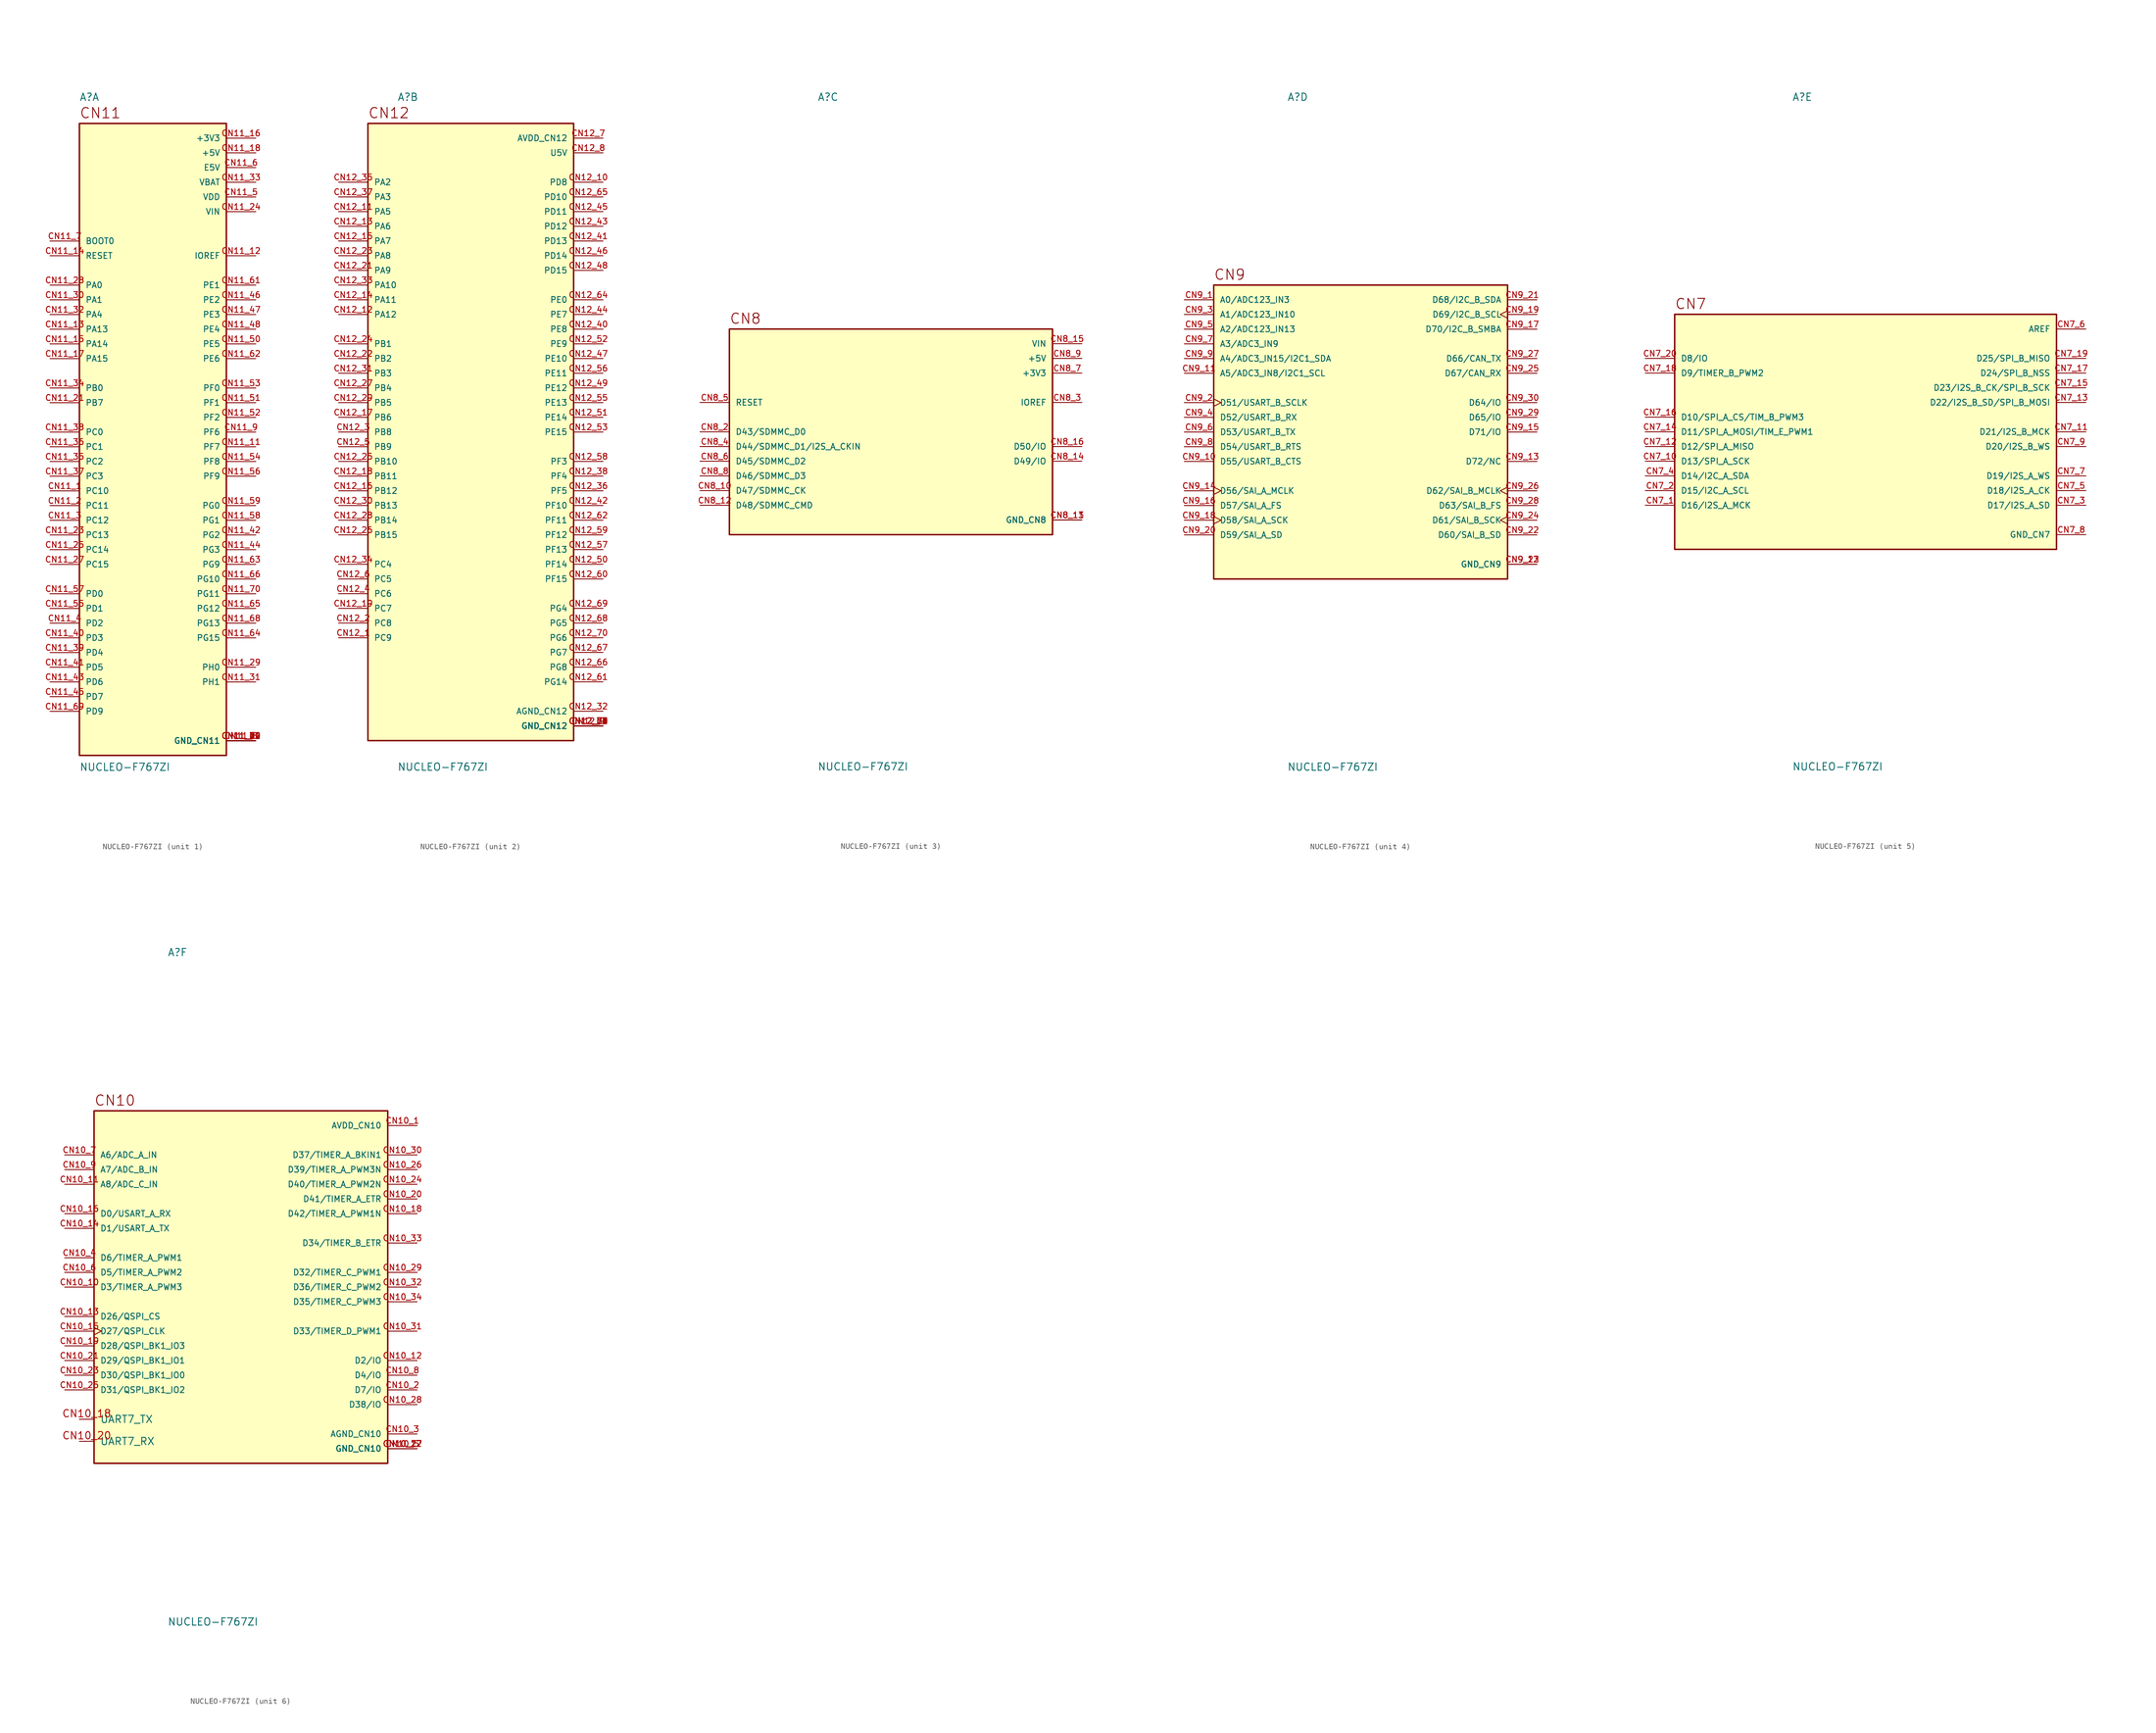
<source format=kicad_sym>
(kicad_symbol_lib
  (version 20220914)
  (generator kicad_symbol_editor)
  (symbol "NUCLEO-F767ZI"
    (pin_names
      (offset 1.016))
    (property "Reference" "A"
      (at -12.7 57.15 0)
      (effects (font (size 1.27 1.27)) (justify left bottom)))
    (property "Value" "NUCLEO-F767ZI"
      (at -12.7 -57.15 0)
      (effects (font (size 1.27 1.27)) (justify left top)))
    (symbol "NUCLEO-F767ZI_1_0"
      (rectangle (start -12.7 53.34) (end 12.7 -55.88) (stroke (width 0.254) (type default)) (fill (type background)))
      (text "CN11" (at -12.7 54.102 0) (effects (font (size 1.778 1.778)) (justify left bottom)))
      (pin bidirectional line (at -17.78 -10.16 0) (length 5.08) (name "PC10" (effects (font (size 1.016 1.016)))) (number "CN11_1" (effects (font (size 1.016 1.016)))))
      (pin bidirectional line (at 17.78 -2.54 180) (length 5.08) (name "PF7" (effects (font (size 1.016 1.016)))) (number "CN11_11" (effects (font (size 1.016 1.016)))))
      (pin bidirectional line (at 17.78 30.48 180) (length 5.08) (name "IOREF" (effects (font (size 1.016 1.016)))) (number "CN11_12" (effects (font (size 1.016 1.016)))))
      (pin bidirectional line (at -17.78 17.78 0) (length 5.08) (name "PA13" (effects (font (size 1.016 1.016)))) (number "CN11_13" (effects (font (size 1.016 1.016)))))
      (pin bidirectional line (at -17.78 30.48 0) (length 5.08) (name "RESET" (effects (font (size 1.016 1.016)))) (number "CN11_14" (effects (font (size 1.016 1.016)))))
      (pin bidirectional line (at -17.78 15.24 0) (length 5.08) (name "PA14" (effects (font (size 1.016 1.016)))) (number "CN11_15" (effects (font (size 1.016 1.016)))))
      (pin power_in line (at 17.78 50.8 180) (length 5.08) (name "+3V3" (effects (font (size 1.016 1.016)))) (number "CN11_16" (effects (font (size 1.016 1.016)))))
      (pin bidirectional line (at -17.78 12.7 0) (length 5.08) (name "PA15" (effects (font (size 1.016 1.016)))) (number "CN11_17" (effects (font (size 1.016 1.016)))))
      (pin power_in line (at 17.78 48.26 180) (length 5.08) (name "+5V" (effects (font (size 1.016 1.016)))) (number "CN11_18" (effects (font (size 1.016 1.016)))))
      (pin power_in line (at 17.78 -53.34 180) (length 5.08) (name "GND_CN11" (effects (font (size 1.016 1.016)))) (number "CN11_19" (effects (font (size 1.016 1.016)))))
      (pin bidirectional line (at -17.78 -12.7 0) (length 5.08) (name "PC11" (effects (font (size 1.016 1.016)))) (number "CN11_2" (effects (font (size 1.016 1.016)))))
      (pin power_in line (at 17.78 -53.34 180) (length 5.08) (name "GND_CN11" (effects (font (size 1.016 1.016)))) (number "CN11_20" (effects (font (size 1.016 1.016)))))
      (pin bidirectional line (at -17.78 5.08 0) (length 5.08) (name "PB7" (effects (font (size 1.016 1.016)))) (number "CN11_21" (effects (font (size 1.016 1.016)))))
      (pin power_in line (at 17.78 -53.34 180) (length 5.08) (name "GND_CN11" (effects (font (size 1.016 1.016)))) (number "CN11_22" (effects (font (size 1.016 1.016)))))
      (pin bidirectional line (at -17.78 -17.78 0) (length 5.08) (name "PC13" (effects (font (size 1.016 1.016)))) (number "CN11_23" (effects (font (size 1.016 1.016)))))
      (pin power_in line (at 17.78 38.1 180) (length 5.08) (name "VIN" (effects (font (size 1.016 1.016)))) (number "CN11_24" (effects (font (size 1.016 1.016)))))
      (pin bidirectional line (at -17.78 -20.32 0) (length 5.08) (name "PC14" (effects (font (size 1.016 1.016)))) (number "CN11_25" (effects (font (size 1.016 1.016)))))
      (pin bidirectional line (at -17.78 -22.86 0) (length 5.08) (name "PC15" (effects (font (size 1.016 1.016)))) (number "CN11_27" (effects (font (size 1.016 1.016)))))
      (pin bidirectional line (at -17.78 25.4 0) (length 5.08) (name "PA0" (effects (font (size 1.016 1.016)))) (number "CN11_28" (effects (font (size 1.016 1.016)))))
      (pin bidirectional line (at 17.78 -40.64 180) (length 5.08) (name "PH0" (effects (font (size 1.016 1.016)))) (number "CN11_29" (effects (font (size 1.016 1.016)))))
      (pin bidirectional line (at -17.78 -15.24 0) (length 5.08) (name "PC12" (effects (font (size 1.016 1.016)))) (number "CN11_3" (effects (font (size 1.016 1.016)))))
      (pin bidirectional line (at -17.78 22.86 0) (length 5.08) (name "PA1" (effects (font (size 1.016 1.016)))) (number "CN11_30" (effects (font (size 1.016 1.016)))))
      (pin bidirectional line (at 17.78 -43.18 180) (length 5.08) (name "PH1" (effects (font (size 1.016 1.016)))) (number "CN11_31" (effects (font (size 1.016 1.016)))))
      (pin bidirectional line (at -17.78 20.32 0) (length 5.08) (name "PA4" (effects (font (size 1.016 1.016)))) (number "CN11_32" (effects (font (size 1.016 1.016)))))
      (pin power_in line (at 17.78 43.18 180) (length 5.08) (name "VBAT" (effects (font (size 1.016 1.016)))) (number "CN11_33" (effects (font (size 1.016 1.016)))))
      (pin bidirectional line (at -17.78 7.62 0) (length 5.08) (name "PB0" (effects (font (size 1.016 1.016)))) (number "CN11_34" (effects (font (size 1.016 1.016)))))
      (pin bidirectional line (at -17.78 -5.08 0) (length 5.08) (name "PC2" (effects (font (size 1.016 1.016)))) (number "CN11_35" (effects (font (size 1.016 1.016)))))
      (pin bidirectional line (at -17.78 -2.54 0) (length 5.08) (name "PC1" (effects (font (size 1.016 1.016)))) (number "CN11_36" (effects (font (size 1.016 1.016)))))
      (pin bidirectional line (at -17.78 -7.62 0) (length 5.08) (name "PC3" (effects (font (size 1.016 1.016)))) (number "CN11_37" (effects (font (size 1.016 1.016)))))
      (pin bidirectional line (at -17.78 0 0) (length 5.08) (name "PC0" (effects (font (size 1.016 1.016)))) (number "CN11_38" (effects (font (size 1.016 1.016)))))
      (pin bidirectional line (at -17.78 -38.1 0) (length 5.08) (name "PD4" (effects (font (size 1.016 1.016)))) (number "CN11_39" (effects (font (size 1.016 1.016)))))
      (pin bidirectional line (at -17.78 -33.02 0) (length 5.08) (name "PD2" (effects (font (size 1.016 1.016)))) (number "CN11_4" (effects (font (size 1.016 1.016)))))
      (pin bidirectional line (at -17.78 -35.56 0) (length 5.08) (name "PD3" (effects (font (size 1.016 1.016)))) (number "CN11_40" (effects (font (size 1.016 1.016)))))
      (pin bidirectional line (at -17.78 -40.64 0) (length 5.08) (name "PD5" (effects (font (size 1.016 1.016)))) (number "CN11_41" (effects (font (size 1.016 1.016)))))
      (pin bidirectional line (at 17.78 -17.78 180) (length 5.08) (name "PG2" (effects (font (size 1.016 1.016)))) (number "CN11_42" (effects (font (size 1.016 1.016)))))
      (pin bidirectional line (at -17.78 -43.18 0) (length 5.08) (name "PD6" (effects (font (size 1.016 1.016)))) (number "CN11_43" (effects (font (size 1.016 1.016)))))
      (pin bidirectional line (at 17.78 -20.32 180) (length 5.08) (name "PG3" (effects (font (size 1.016 1.016)))) (number "CN11_44" (effects (font (size 1.016 1.016)))))
      (pin bidirectional line (at -17.78 -45.72 0) (length 5.08) (name "PD7" (effects (font (size 1.016 1.016)))) (number "CN11_45" (effects (font (size 1.016 1.016)))))
      (pin bidirectional line (at 17.78 22.86 180) (length 5.08) (name "PE2" (effects (font (size 1.016 1.016)))) (number "CN11_46" (effects (font (size 1.016 1.016)))))
      (pin bidirectional line (at 17.78 20.32 180) (length 5.08) (name "PE3" (effects (font (size 1.016 1.016)))) (number "CN11_47" (effects (font (size 1.016 1.016)))))
      (pin bidirectional line (at 17.78 17.78 180) (length 5.08) (name "PE4" (effects (font (size 1.016 1.016)))) (number "CN11_48" (effects (font (size 1.016 1.016)))))
      (pin power_in line (at 17.78 -53.34 180) (length 5.08) (name "GND_CN11" (effects (font (size 1.016 1.016)))) (number "CN11_49" (effects (font (size 1.016 1.016)))))
      (pin power_in line (at 17.78 40.64 180) (length 5.08) (name "VDD" (effects (font (size 1.016 1.016)))) (number "CN11_5" (effects (font (size 1.016 1.016)))))
      (pin bidirectional line (at 17.78 15.24 180) (length 5.08) (name "PE5" (effects (font (size 1.016 1.016)))) (number "CN11_50" (effects (font (size 1.016 1.016)))))
      (pin bidirectional line (at 17.78 5.08 180) (length 5.08) (name "PF1" (effects (font (size 1.016 1.016)))) (number "CN11_51" (effects (font (size 1.016 1.016)))))
      (pin bidirectional line (at 17.78 2.54 180) (length 5.08) (name "PF2" (effects (font (size 1.016 1.016)))) (number "CN11_52" (effects (font (size 1.016 1.016)))))
      (pin bidirectional line (at 17.78 7.62 180) (length 5.08) (name "PF0" (effects (font (size 1.016 1.016)))) (number "CN11_53" (effects (font (size 1.016 1.016)))))
      (pin bidirectional line (at 17.78 -5.08 180) (length 5.08) (name "PF8" (effects (font (size 1.016 1.016)))) (number "CN11_54" (effects (font (size 1.016 1.016)))))
      (pin bidirectional line (at -17.78 -30.48 0) (length 5.08) (name "PD1" (effects (font (size 1.016 1.016)))) (number "CN11_55" (effects (font (size 1.016 1.016)))))
      (pin bidirectional line (at 17.78 -7.62 180) (length 5.08) (name "PF9" (effects (font (size 1.016 1.016)))) (number "CN11_56" (effects (font (size 1.016 1.016)))))
      (pin bidirectional line (at -17.78 -27.94 0) (length 5.08) (name "PD0" (effects (font (size 1.016 1.016)))) (number "CN11_57" (effects (font (size 1.016 1.016)))))
      (pin bidirectional line (at 17.78 -15.24 180) (length 5.08) (name "PG1" (effects (font (size 1.016 1.016)))) (number "CN11_58" (effects (font (size 1.016 1.016)))))
      (pin bidirectional line (at 17.78 -12.7 180) (length 5.08) (name "PG0" (effects (font (size 1.016 1.016)))) (number "CN11_59" (effects (font (size 1.016 1.016)))))
      (pin power_in line (at 17.78 45.72 180) (length 5.08) (name "E5V" (effects (font (size 1.016 1.016)))) (number "CN11_6" (effects (font (size 1.016 1.016)))))
      (pin power_in line (at 17.78 -53.34 180) (length 5.08) (name "GND_CN11" (effects (font (size 1.016 1.016)))) (number "CN11_60" (effects (font (size 1.016 1.016)))))
      (pin bidirectional line (at 17.78 25.4 180) (length 5.08) (name "PE1" (effects (font (size 1.016 1.016)))) (number "CN11_61" (effects (font (size 1.016 1.016)))))
      (pin bidirectional line (at 17.78 12.7 180) (length 5.08) (name "PE6" (effects (font (size 1.016 1.016)))) (number "CN11_62" (effects (font (size 1.016 1.016)))))
      (pin bidirectional line (at 17.78 -22.86 180) (length 5.08) (name "PG9" (effects (font (size 1.016 1.016)))) (number "CN11_63" (effects (font (size 1.016 1.016)))))
      (pin bidirectional line (at 17.78 -35.56 180) (length 5.08) (name "PG15" (effects (font (size 1.016 1.016)))) (number "CN11_64" (effects (font (size 1.016 1.016)))))
      (pin bidirectional line (at 17.78 -30.48 180) (length 5.08) (name "PG12" (effects (font (size 1.016 1.016)))) (number "CN11_65" (effects (font (size 1.016 1.016)))))
      (pin bidirectional line (at 17.78 -25.4 180) (length 5.08) (name "PG10" (effects (font (size 1.016 1.016)))) (number "CN11_66" (effects (font (size 1.016 1.016)))))
      (pin bidirectional line (at 17.78 -33.02 180) (length 5.08) (name "PG13" (effects (font (size 1.016 1.016)))) (number "CN11_68" (effects (font (size 1.016 1.016)))))
      (pin bidirectional line (at -17.78 -48.26 0) (length 5.08) (name "PD9" (effects (font (size 1.016 1.016)))) (number "CN11_69" (effects (font (size 1.016 1.016)))))
      (pin bidirectional line (at -17.78 33.02 0) (length 5.08) (name "BOOT0" (effects (font (size 1.016 1.016)))) (number "CN11_7" (effects (font (size 1.016 1.016)))))
      (pin bidirectional line (at 17.78 -27.94 180) (length 5.08) (name "PG11" (effects (font (size 1.016 1.016)))) (number "CN11_70" (effects (font (size 1.016 1.016)))))
      (pin power_in line (at 17.78 -53.34 180) (length 5.08) (name "GND_CN11" (effects (font (size 1.016 1.016)))) (number "CN11_71" (effects (font (size 1.016 1.016)))))
      (pin power_in line (at 17.78 -53.34 180) (length 5.08) (name "GND_CN11" (effects (font (size 1.016 1.016)))) (number "CN11_72" (effects (font (size 1.016 1.016)))))
      (pin power_in line (at 17.78 -53.34 180) (length 5.08) (name "GND_CN11" (effects (font (size 1.016 1.016)))) (number "CN11_8" (effects (font (size 1.016 1.016)))))
      (pin bidirectional line (at 17.78 0 180) (length 5.08) (name "PF6" (effects (font (size 1.016 1.016)))) (number "CN11_9" (effects (font (size 1.016 1.016))))))
    (symbol "NUCLEO-F767ZI_2_0"
      (rectangle (start -17.78 -53.34) (end 17.78 53.34) (stroke (width 0.254) (type default)) (fill (type background)))
      (text "CN12" (at -17.78 54.102 0) (effects (font (size 1.778 1.778)) (justify left bottom)))
      (pin bidirectional line (at -22.86 -35.56 0) (length 5.08) (name "PC9" (effects (font (size 1.016 1.016)))) (number "CN12_1" (effects (font (size 1.016 1.016)))))
      (pin bidirectional line (at 22.86 43.18 180) (length 5.08) (name "PD8" (effects (font (size 1.016 1.016)))) (number "CN12_10" (effects (font (size 1.016 1.016)))))
      (pin bidirectional line (at -22.86 38.1 0) (length 5.08) (name "PA5" (effects (font (size 1.016 1.016)))) (number "CN12_11" (effects (font (size 1.016 1.016)))))
      (pin bidirectional line (at -22.86 20.32 0) (length 5.08) (name "PA12" (effects (font (size 1.016 1.016)))) (number "CN12_12" (effects (font (size 1.016 1.016)))))
      (pin bidirectional line (at -22.86 35.56 0) (length 5.08) (name "PA6" (effects (font (size 1.016 1.016)))) (number "CN12_13" (effects (font (size 1.016 1.016)))))
      (pin bidirectional line (at -22.86 22.86 0) (length 5.08) (name "PA11" (effects (font (size 1.016 1.016)))) (number "CN12_14" (effects (font (size 1.016 1.016)))))
      (pin bidirectional line (at -22.86 33.02 0) (length 5.08) (name "PA7" (effects (font (size 1.016 1.016)))) (number "CN12_15" (effects (font (size 1.016 1.016)))))
      (pin bidirectional line (at -22.86 -10.16 0) (length 5.08) (name "PB12" (effects (font (size 1.016 1.016)))) (number "CN12_16" (effects (font (size 1.016 1.016)))))
      (pin bidirectional line (at -22.86 2.54 0) (length 5.08) (name "PB6" (effects (font (size 1.016 1.016)))) (number "CN12_17" (effects (font (size 1.016 1.016)))))
      (pin bidirectional line (at -22.86 -7.62 0) (length 5.08) (name "PB11" (effects (font (size 1.016 1.016)))) (number "CN12_18" (effects (font (size 1.016 1.016)))))
      (pin bidirectional line (at -22.86 -30.48 0) (length 5.08) (name "PC7" (effects (font (size 1.016 1.016)))) (number "CN12_19" (effects (font (size 1.016 1.016)))))
      (pin bidirectional line (at -22.86 -33.02 0) (length 5.08) (name "PC8" (effects (font (size 1.016 1.016)))) (number "CN12_2" (effects (font (size 1.016 1.016)))))
      (pin power_in line (at 22.86 -50.8 180) (length 5.08) (name "GND_CN12" (effects (font (size 1.016 1.016)))) (number "CN12_20" (effects (font (size 1.016 1.016)))))
      (pin bidirectional line (at -22.86 27.94 0) (length 5.08) (name "PA9" (effects (font (size 1.016 1.016)))) (number "CN12_21" (effects (font (size 1.016 1.016)))))
      (pin bidirectional line (at -22.86 12.7 0) (length 5.08) (name "PB2" (effects (font (size 1.016 1.016)))) (number "CN12_22" (effects (font (size 1.016 1.016)))))
      (pin bidirectional line (at -22.86 30.48 0) (length 5.08) (name "PA8" (effects (font (size 1.016 1.016)))) (number "CN12_23" (effects (font (size 1.016 1.016)))))
      (pin bidirectional line (at -22.86 15.24 0) (length 5.08) (name "PB1" (effects (font (size 1.016 1.016)))) (number "CN12_24" (effects (font (size 1.016 1.016)))))
      (pin bidirectional line (at -22.86 -5.08 0) (length 5.08) (name "PB10" (effects (font (size 1.016 1.016)))) (number "CN12_25" (effects (font (size 1.016 1.016)))))
      (pin bidirectional line (at -22.86 -17.78 0) (length 5.08) (name "PB15" (effects (font (size 1.016 1.016)))) (number "CN12_26" (effects (font (size 1.016 1.016)))))
      (pin bidirectional line (at -22.86 7.62 0) (length 5.08) (name "PB4" (effects (font (size 1.016 1.016)))) (number "CN12_27" (effects (font (size 1.016 1.016)))))
      (pin bidirectional line (at -22.86 -15.24 0) (length 5.08) (name "PB14" (effects (font (size 1.016 1.016)))) (number "CN12_28" (effects (font (size 1.016 1.016)))))
      (pin bidirectional line (at -22.86 5.08 0) (length 5.08) (name "PB5" (effects (font (size 1.016 1.016)))) (number "CN12_29" (effects (font (size 1.016 1.016)))))
      (pin bidirectional line (at -22.86 0 0) (length 5.08) (name "PB8" (effects (font (size 1.016 1.016)))) (number "CN12_3" (effects (font (size 1.016 1.016)))))
      (pin bidirectional line (at -22.86 -12.7 0) (length 5.08) (name "PB13" (effects (font (size 1.016 1.016)))) (number "CN12_30" (effects (font (size 1.016 1.016)))))
      (pin bidirectional line (at -22.86 10.16 0) (length 5.08) (name "PB3" (effects (font (size 1.016 1.016)))) (number "CN12_31" (effects (font (size 1.016 1.016)))))
      (pin power_in line (at 22.86 -48.26 180) (length 5.08) (name "AGND_CN12" (effects (font (size 1.016 1.016)))) (number "CN12_32" (effects (font (size 1.016 1.016)))))
      (pin bidirectional line (at -22.86 25.4 0) (length 5.08) (name "PA10" (effects (font (size 1.016 1.016)))) (number "CN12_33" (effects (font (size 1.016 1.016)))))
      (pin bidirectional line (at -22.86 -22.86 0) (length 5.08) (name "PC4" (effects (font (size 1.016 1.016)))) (number "CN12_34" (effects (font (size 1.016 1.016)))))
      (pin bidirectional line (at -22.86 43.18 0) (length 5.08) (name "PA2" (effects (font (size 1.016 1.016)))) (number "CN12_35" (effects (font (size 1.016 1.016)))))
      (pin bidirectional line (at 22.86 -10.16 180) (length 5.08) (name "PF5" (effects (font (size 1.016 1.016)))) (number "CN12_36" (effects (font (size 1.016 1.016)))))
      (pin bidirectional line (at -22.86 40.64 0) (length 5.08) (name "PA3" (effects (font (size 1.016 1.016)))) (number "CN12_37" (effects (font (size 1.016 1.016)))))
      (pin bidirectional line (at 22.86 -7.62 180) (length 5.08) (name "PF4" (effects (font (size 1.016 1.016)))) (number "CN12_38" (effects (font (size 1.016 1.016)))))
      (pin power_in line (at 22.86 -50.8 180) (length 5.08) (name "GND_CN12" (effects (font (size 1.016 1.016)))) (number "CN12_39" (effects (font (size 1.016 1.016)))))
      (pin bidirectional line (at -22.86 -27.94 0) (length 5.08) (name "PC6" (effects (font (size 1.016 1.016)))) (number "CN12_4" (effects (font (size 1.016 1.016)))))
      (pin bidirectional line (at 22.86 17.78 180) (length 5.08) (name "PE8" (effects (font (size 1.016 1.016)))) (number "CN12_40" (effects (font (size 1.016 1.016)))))
      (pin bidirectional line (at 22.86 33.02 180) (length 5.08) (name "PD13" (effects (font (size 1.016 1.016)))) (number "CN12_41" (effects (font (size 1.016 1.016)))))
      (pin bidirectional line (at 22.86 -12.7 180) (length 5.08) (name "PF10" (effects (font (size 1.016 1.016)))) (number "CN12_42" (effects (font (size 1.016 1.016)))))
      (pin bidirectional line (at 22.86 35.56 180) (length 5.08) (name "PD12" (effects (font (size 1.016 1.016)))) (number "CN12_43" (effects (font (size 1.016 1.016)))))
      (pin bidirectional line (at 22.86 20.32 180) (length 5.08) (name "PE7" (effects (font (size 1.016 1.016)))) (number "CN12_44" (effects (font (size 1.016 1.016)))))
      (pin bidirectional line (at 22.86 38.1 180) (length 5.08) (name "PD11" (effects (font (size 1.016 1.016)))) (number "CN12_45" (effects (font (size 1.016 1.016)))))
      (pin bidirectional line (at 22.86 30.48 180) (length 5.08) (name "PD14" (effects (font (size 1.016 1.016)))) (number "CN12_46" (effects (font (size 1.016 1.016)))))
      (pin bidirectional line (at 22.86 12.7 180) (length 5.08) (name "PE10" (effects (font (size 1.016 1.016)))) (number "CN12_47" (effects (font (size 1.016 1.016)))))
      (pin bidirectional line (at 22.86 27.94 180) (length 5.08) (name "PD15" (effects (font (size 1.016 1.016)))) (number "CN12_48" (effects (font (size 1.016 1.016)))))
      (pin bidirectional line (at 22.86 7.62 180) (length 5.08) (name "PE12" (effects (font (size 1.016 1.016)))) (number "CN12_49" (effects (font (size 1.016 1.016)))))
      (pin bidirectional line (at -22.86 -2.54 0) (length 5.08) (name "PB9" (effects (font (size 1.016 1.016)))) (number "CN12_5" (effects (font (size 1.016 1.016)))))
      (pin bidirectional line (at 22.86 -22.86 180) (length 5.08) (name "PF14" (effects (font (size 1.016 1.016)))) (number "CN12_50" (effects (font (size 1.016 1.016)))))
      (pin bidirectional line (at 22.86 2.54 180) (length 5.08) (name "PE14" (effects (font (size 1.016 1.016)))) (number "CN12_51" (effects (font (size 1.016 1.016)))))
      (pin bidirectional line (at 22.86 15.24 180) (length 5.08) (name "PE9" (effects (font (size 1.016 1.016)))) (number "CN12_52" (effects (font (size 1.016 1.016)))))
      (pin bidirectional line (at 22.86 0 180) (length 5.08) (name "PE15" (effects (font (size 1.016 1.016)))) (number "CN12_53" (effects (font (size 1.016 1.016)))))
      (pin power_in line (at 22.86 -50.8 180) (length 5.08) (name "GND_CN12" (effects (font (size 1.016 1.016)))) (number "CN12_54" (effects (font (size 1.016 1.016)))))
      (pin bidirectional line (at 22.86 5.08 180) (length 5.08) (name "PE13" (effects (font (size 1.016 1.016)))) (number "CN12_55" (effects (font (size 1.016 1.016)))))
      (pin bidirectional line (at 22.86 10.16 180) (length 5.08) (name "PE11" (effects (font (size 1.016 1.016)))) (number "CN12_56" (effects (font (size 1.016 1.016)))))
      (pin bidirectional line (at 22.86 -20.32 180) (length 5.08) (name "PF13" (effects (font (size 1.016 1.016)))) (number "CN12_57" (effects (font (size 1.016 1.016)))))
      (pin bidirectional line (at 22.86 -5.08 180) (length 5.08) (name "PF3" (effects (font (size 1.016 1.016)))) (number "CN12_58" (effects (font (size 1.016 1.016)))))
      (pin bidirectional line (at 22.86 -17.78 180) (length 5.08) (name "PF12" (effects (font (size 1.016 1.016)))) (number "CN12_59" (effects (font (size 1.016 1.016)))))
      (pin bidirectional line (at -22.86 -25.4 0) (length 5.08) (name "PC5" (effects (font (size 1.016 1.016)))) (number "CN12_6" (effects (font (size 1.016 1.016)))))
      (pin bidirectional line (at 22.86 -25.4 180) (length 5.08) (name "PF15" (effects (font (size 1.016 1.016)))) (number "CN12_60" (effects (font (size 1.016 1.016)))))
      (pin bidirectional line (at 22.86 -43.18 180) (length 5.08) (name "PG14" (effects (font (size 1.016 1.016)))) (number "CN12_61" (effects (font (size 1.016 1.016)))))
      (pin bidirectional line (at 22.86 -15.24 180) (length 5.08) (name "PF11" (effects (font (size 1.016 1.016)))) (number "CN12_62" (effects (font (size 1.016 1.016)))))
      (pin power_in line (at 22.86 -50.8 180) (length 5.08) (name "GND_CN12" (effects (font (size 1.016 1.016)))) (number "CN12_63" (effects (font (size 1.016 1.016)))))
      (pin bidirectional line (at 22.86 22.86 180) (length 5.08) (name "PE0" (effects (font (size 1.016 1.016)))) (number "CN12_64" (effects (font (size 1.016 1.016)))))
      (pin bidirectional line (at 22.86 40.64 180) (length 5.08) (name "PD10" (effects (font (size 1.016 1.016)))) (number "CN12_65" (effects (font (size 1.016 1.016)))))
      (pin bidirectional line (at 22.86 -40.64 180) (length 5.08) (name "PG8" (effects (font (size 1.016 1.016)))) (number "CN12_66" (effects (font (size 1.016 1.016)))))
      (pin bidirectional line (at 22.86 -38.1 180) (length 5.08) (name "PG7" (effects (font (size 1.016 1.016)))) (number "CN12_67" (effects (font (size 1.016 1.016)))))
      (pin bidirectional line (at 22.86 -33.02 180) (length 5.08) (name "PG5" (effects (font (size 1.016 1.016)))) (number "CN12_68" (effects (font (size 1.016 1.016)))))
      (pin bidirectional line (at 22.86 -30.48 180) (length 5.08) (name "PG4" (effects (font (size 1.016 1.016)))) (number "CN12_69" (effects (font (size 1.016 1.016)))))
      (pin power_in line (at 22.86 50.8 180) (length 5.08) (name "AVDD_CN12" (effects (font (size 1.016 1.016)))) (number "CN12_7" (effects (font (size 1.016 1.016)))))
      (pin bidirectional line (at 22.86 -35.56 180) (length 5.08) (name "PG6" (effects (font (size 1.016 1.016)))) (number "CN12_70" (effects (font (size 1.016 1.016)))))
      (pin power_in line (at 22.86 -50.8 180) (length 5.08) (name "GND_CN12" (effects (font (size 1.016 1.016)))) (number "CN12_71" (effects (font (size 1.016 1.016)))))
      (pin power_in line (at 22.86 -50.8 180) (length 5.08) (name "GND_CN12" (effects (font (size 1.016 1.016)))) (number "CN12_72" (effects (font (size 1.016 1.016)))))
      (pin power_in line (at 22.86 48.26 180) (length 5.08) (name "U5V" (effects (font (size 1.016 1.016)))) (number "CN12_8" (effects (font (size 1.016 1.016)))))
      (pin power_in line (at 22.86 -50.8 180) (length 5.08) (name "GND_CN12" (effects (font (size 1.016 1.016)))) (number "CN12_9" (effects (font (size 1.016 1.016))))))
    (symbol "NUCLEO-F767ZI_3_0"
      (rectangle (start -27.94 -17.78) (end 27.94 17.78) (stroke (width 0.254) (type default)) (fill (type background)))
      (text "CN8" (at -27.94 18.542 0) (effects (font (size 1.778 1.778)) (justify left bottom)))
      (pin bidirectional line (at -33.02 -10.16 0) (length 5.08) (name "D47/SDMMC_CK" (effects (font (size 1.016 1.016)))) (number "CN8_10" (effects (font (size 1.016 1.016)))))
      (pin power_in line (at 33.02 -15.24 180) (length 5.08) (name "GND_CN8" (effects (font (size 1.016 1.016)))) (number "CN8_11" (effects (font (size 1.016 1.016)))))
      (pin bidirectional line (at -33.02 -12.7 0) (length 5.08) (name "D48/SDMMC_CMD" (effects (font (size 1.016 1.016)))) (number "CN8_12" (effects (font (size 1.016 1.016)))))
      (pin power_in line (at 33.02 -15.24 180) (length 5.08) (name "GND_CN8" (effects (font (size 1.016 1.016)))) (number "CN8_13" (effects (font (size 1.016 1.016)))))
      (pin bidirectional line (at 33.02 -5.08 180) (length 5.08) (name "D49/IO" (effects (font (size 1.016 1.016)))) (number "CN8_14" (effects (font (size 1.016 1.016)))))
      (pin power_in line (at 33.02 15.24 180) (length 5.08) (name "VIN" (effects (font (size 1.016 1.016)))) (number "CN8_15" (effects (font (size 1.016 1.016)))))
      (pin bidirectional line (at 33.02 -2.54 180) (length 5.08) (name "D50/IO" (effects (font (size 1.016 1.016)))) (number "CN8_16" (effects (font (size 1.016 1.016)))))
      (pin bidirectional line (at -33.02 0 0) (length 5.08) (name "D43/SDMMC_D0" (effects (font (size 1.016 1.016)))) (number "CN8_2" (effects (font (size 1.016 1.016)))))
      (pin bidirectional line (at 33.02 5.08 180) (length 5.08) (name "IOREF" (effects (font (size 1.016 1.016)))) (number "CN8_3" (effects (font (size 1.016 1.016)))))
      (pin bidirectional line (at -33.02 -2.54 0) (length 5.08) (name "D44/SDMMC_D1/I2S_A_CKIN" (effects (font (size 1.016 1.016)))) (number "CN8_4" (effects (font (size 1.016 1.016)))))
      (pin bidirectional line (at -33.02 5.08 0) (length 5.08) (name "RESET" (effects (font (size 1.016 1.016)))) (number "CN8_5" (effects (font (size 1.016 1.016)))))
      (pin bidirectional line (at -33.02 -5.08 0) (length 5.08) (name "D45/SDMMC_D2" (effects (font (size 1.016 1.016)))) (number "CN8_6" (effects (font (size 1.016 1.016)))))
      (pin power_in line (at 33.02 10.16 180) (length 5.08) (name "+3V3" (effects (font (size 1.016 1.016)))) (number "CN8_7" (effects (font (size 1.016 1.016)))))
      (pin bidirectional line (at -33.02 -7.62 0) (length 5.08) (name "D46/SDMMC_D3" (effects (font (size 1.016 1.016)))) (number "CN8_8" (effects (font (size 1.016 1.016)))))
      (pin power_in line (at 33.02 12.7 180) (length 5.08) (name "+5V" (effects (font (size 1.016 1.016)))) (number "CN8_9" (effects (font (size 1.016 1.016))))))
    (symbol "NUCLEO-F767ZI_4_0"
      (rectangle (start -25.4 -25.4) (end 25.4 25.4) (stroke (width 0.254) (type default)) (fill (type background)))
      (text "CN9" (at -25.4 26.162 0) (effects (font (size 1.778 1.778)) (justify left bottom)))
      (pin input line (at -30.48 22.86 0) (length 5.08) (name "A0/ADC123_IN3" (effects (font (size 1.016 1.016)))) (number "CN9_1" (effects (font (size 1.016 1.016)))))
      (pin bidirectional line (at -30.48 -5.08 0) (length 5.08) (name "D55/USART_B_CTS" (effects (font (size 1.016 1.016)))) (number "CN9_10" (effects (font (size 1.016 1.016)))))
      (pin input line (at -30.48 10.16 0) (length 5.08) (name "A5/ADC3_IN8/I2C1_SCL" (effects (font (size 1.016 1.016)))) (number "CN9_11" (effects (font (size 1.016 1.016)))))
      (pin power_in line (at 30.48 -22.86 180) (length 5.08) (name "GND_CN9" (effects (font (size 1.016 1.016)))) (number "CN9_12" (effects (font (size 1.016 1.016)))))
      (pin bidirectional line (at 30.48 -5.08 180) (length 5.08) (name "D72/NC" (effects (font (size 1.016 1.016)))) (number "CN9_13" (effects (font (size 1.016 1.016)))))
      (pin bidirectional clock (at -30.48 -10.16 0) (length 5.08) (name "D56/SAI_A_MCLK" (effects (font (size 1.016 1.016)))) (number "CN9_14" (effects (font (size 1.016 1.016)))))
      (pin bidirectional line (at 30.48 0 180) (length 5.08) (name "D71/IO" (effects (font (size 1.016 1.016)))) (number "CN9_15" (effects (font (size 1.016 1.016)))))
      (pin bidirectional line (at -30.48 -12.7 0) (length 5.08) (name "D57/SAI_A_FS" (effects (font (size 1.016 1.016)))) (number "CN9_16" (effects (font (size 1.016 1.016)))))
      (pin bidirectional line (at 30.48 17.78 180) (length 5.08) (name "D70/I2C_B_SMBA" (effects (font (size 1.016 1.016)))) (number "CN9_17" (effects (font (size 1.016 1.016)))))
      (pin bidirectional clock (at -30.48 -15.24 0) (length 5.08) (name "D58/SAI_A_SCK" (effects (font (size 1.016 1.016)))) (number "CN9_18" (effects (font (size 1.016 1.016)))))
      (pin bidirectional clock (at 30.48 20.32 180) (length 5.08) (name "D69/I2C_B_SCL" (effects (font (size 1.016 1.016)))) (number "CN9_19" (effects (font (size 1.016 1.016)))))
      (pin bidirectional clock (at -30.48 5.08 0) (length 5.08) (name "D51/USART_B_SCLK" (effects (font (size 1.016 1.016)))) (number "CN9_2" (effects (font (size 1.016 1.016)))))
      (pin bidirectional line (at -30.48 -17.78 0) (length 5.08) (name "D59/SAI_A_SD" (effects (font (size 1.016 1.016)))) (number "CN9_20" (effects (font (size 1.016 1.016)))))
      (pin bidirectional line (at 30.48 22.86 180) (length 5.08) (name "D68/I2C_B_SDA" (effects (font (size 1.016 1.016)))) (number "CN9_21" (effects (font (size 1.016 1.016)))))
      (pin bidirectional line (at 30.48 -17.78 180) (length 5.08) (name "D60/SAI_B_SD" (effects (font (size 1.016 1.016)))) (number "CN9_22" (effects (font (size 1.016 1.016)))))
      (pin power_in line (at 30.48 -22.86 180) (length 5.08) (name "GND_CN9" (effects (font (size 1.016 1.016)))) (number "CN9_23" (effects (font (size 1.016 1.016)))))
      (pin bidirectional clock (at 30.48 -15.24 180) (length 5.08) (name "D61/SAI_B_SCK" (effects (font (size 1.016 1.016)))) (number "CN9_24" (effects (font (size 1.016 1.016)))))
      (pin input line (at 30.48 10.16 180) (length 5.08) (name "D67/CAN_RX" (effects (font (size 1.016 1.016)))) (number "CN9_25" (effects (font (size 1.016 1.016)))))
      (pin bidirectional clock (at 30.48 -10.16 180) (length 5.08) (name "D62/SAI_B_MCLK" (effects (font (size 1.016 1.016)))) (number "CN9_26" (effects (font (size 1.016 1.016)))))
      (pin output line (at 30.48 12.7 180) (length 5.08) (name "D66/CAN_TX" (effects (font (size 1.016 1.016)))) (number "CN9_27" (effects (font (size 1.016 1.016)))))
      (pin bidirectional line (at 30.48 -12.7 180) (length 5.08) (name "D63/SAI_B_FS" (effects (font (size 1.016 1.016)))) (number "CN9_28" (effects (font (size 1.016 1.016)))))
      (pin bidirectional line (at 30.48 2.54 180) (length 5.08) (name "D65/IO" (effects (font (size 1.016 1.016)))) (number "CN9_29" (effects (font (size 1.016 1.016)))))
      (pin input line (at -30.48 20.32 0) (length 5.08) (name "A1/ADC123_IN10" (effects (font (size 1.016 1.016)))) (number "CN9_3" (effects (font (size 1.016 1.016)))))
      (pin bidirectional line (at 30.48 5.08 180) (length 5.08) (name "D64/IO" (effects (font (size 1.016 1.016)))) (number "CN9_30" (effects (font (size 1.016 1.016)))))
      (pin bidirectional line (at -30.48 2.54 0) (length 5.08) (name "D52/USART_B_RX" (effects (font (size 1.016 1.016)))) (number "CN9_4" (effects (font (size 1.016 1.016)))))
      (pin input line (at -30.48 17.78 0) (length 5.08) (name "A2/ADC123_IN13" (effects (font (size 1.016 1.016)))) (number "CN9_5" (effects (font (size 1.016 1.016)))))
      (pin bidirectional line (at -30.48 0 0) (length 5.08) (name "D53/USART_B_TX" (effects (font (size 1.016 1.016)))) (number "CN9_6" (effects (font (size 1.016 1.016)))))
      (pin input line (at -30.48 15.24 0) (length 5.08) (name "A3/ADC3_IN9" (effects (font (size 1.016 1.016)))) (number "CN9_7" (effects (font (size 1.016 1.016)))))
      (pin bidirectional line (at -30.48 -2.54 0) (length 5.08) (name "D54/USART_B_RTS" (effects (font (size 1.016 1.016)))) (number "CN9_8" (effects (font (size 1.016 1.016)))))
      (pin input line (at -30.48 12.7 0) (length 5.08) (name "A4/ADC3_IN15/I2C1_SDA" (effects (font (size 1.016 1.016)))) (number "CN9_9" (effects (font (size 1.016 1.016))))))
    (symbol "NUCLEO-F767ZI_5_0"
      (rectangle (start -33.02 -20.32) (end 33.02 20.32) (stroke (width 0.254) (type default)) (fill (type background)))
      (text "CN7" (at -33.02 21.082 0) (effects (font (size 1.778 1.778)) (justify left bottom)))
      (pin bidirectional line (at -38.1 -12.7 0) (length 5.08) (name "D16/I2S_A_MCK" (effects (font (size 1.016 1.016)))) (number "CN7_1" (effects (font (size 1.016 1.016)))))
      (pin bidirectional line (at -38.1 -5.08 0) (length 5.08) (name "D13/SPI_A_SCK" (effects (font (size 1.016 1.016)))) (number "CN7_10" (effects (font (size 1.016 1.016)))))
      (pin bidirectional line (at 38.1 0 180) (length 5.08) (name "D21/I2S_B_MCK" (effects (font (size 1.016 1.016)))) (number "CN7_11" (effects (font (size 1.016 1.016)))))
      (pin bidirectional line (at -38.1 -2.54 0) (length 5.08) (name "D12/SPI_A_MISO" (effects (font (size 1.016 1.016)))) (number "CN7_12" (effects (font (size 1.016 1.016)))))
      (pin bidirectional line (at 38.1 5.08 180) (length 5.08) (name "D22/I2S_B_SD/SPI_B_MOSI" (effects (font (size 1.016 1.016)))) (number "CN7_13" (effects (font (size 1.016 1.016)))))
      (pin bidirectional line (at -38.1 0 0) (length 5.08) (name "D11/SPI_A_MOSI/TIM_E_PWM1" (effects (font (size 1.016 1.016)))) (number "CN7_14" (effects (font (size 1.016 1.016)))))
      (pin bidirectional line (at 38.1 7.62 180) (length 5.08) (name "D23/I2S_B_CK/SPI_B_SCK" (effects (font (size 1.016 1.016)))) (number "CN7_15" (effects (font (size 1.016 1.016)))))
      (pin bidirectional line (at -38.1 2.54 0) (length 5.08) (name "D10/SPI_A_CS/TIM_B_PWM3" (effects (font (size 1.016 1.016)))) (number "CN7_16" (effects (font (size 1.016 1.016)))))
      (pin bidirectional line (at 38.1 10.16 180) (length 5.08) (name "D24/SPI_B_NSS" (effects (font (size 1.016 1.016)))) (number "CN7_17" (effects (font (size 1.016 1.016)))))
      (pin bidirectional line (at -38.1 10.16 0) (length 5.08) (name "D9/TIMER_B_PWM2" (effects (font (size 1.016 1.016)))) (number "CN7_18" (effects (font (size 1.016 1.016)))))
      (pin bidirectional line (at 38.1 12.7 180) (length 5.08) (name "D25/SPI_B_MISO" (effects (font (size 1.016 1.016)))) (number "CN7_19" (effects (font (size 1.016 1.016)))))
      (pin bidirectional line (at -38.1 -10.16 0) (length 5.08) (name "D15/I2C_A_SCL" (effects (font (size 1.016 1.016)))) (number "CN7_2" (effects (font (size 1.016 1.016)))))
      (pin bidirectional line (at -38.1 12.7 0) (length 5.08) (name "D8/IO" (effects (font (size 1.016 1.016)))) (number "CN7_20" (effects (font (size 1.016 1.016)))))
      (pin bidirectional line (at 38.1 -12.7 180) (length 5.08) (name "D17/I2S_A_SD" (effects (font (size 1.016 1.016)))) (number "CN7_3" (effects (font (size 1.016 1.016)))))
      (pin bidirectional line (at -38.1 -7.62 0) (length 5.08) (name "D14/I2C_A_SDA" (effects (font (size 1.016 1.016)))) (number "CN7_4" (effects (font (size 1.016 1.016)))))
      (pin bidirectional line (at 38.1 -10.16 180) (length 5.08) (name "D18/I2S_A_CK" (effects (font (size 1.016 1.016)))) (number "CN7_5" (effects (font (size 1.016 1.016)))))
      (pin power_in line (at 38.1 17.78 180) (length 5.08) (name "AREF" (effects (font (size 1.016 1.016)))) (number "CN7_6" (effects (font (size 1.016 1.016)))))
      (pin bidirectional line (at 38.1 -7.62 180) (length 5.08) (name "D19/I2S_A_WS" (effects (font (size 1.016 1.016)))) (number "CN7_7" (effects (font (size 1.016 1.016)))))
      (pin power_in line (at 38.1 -17.78 180) (length 5.08) (name "GND_CN7" (effects (font (size 1.016 1.016)))) (number "CN7_8" (effects (font (size 1.016 1.016)))))
      (pin bidirectional line (at 38.1 -2.54 180) (length 5.08) (name "D20/I2S_B_WS" (effects (font (size 1.016 1.016)))) (number "CN7_9" (effects (font (size 1.016 1.016))))))
    (symbol "NUCLEO-F767ZI_6_0"
      (rectangle (start -25.4 -30.48) (end 25.4 30.48) (stroke (width 0.254) (type default)) (fill (type background)))
      (text "CN10" (at -25.4 31.242 0) (effects (font (size 1.778 1.778)) (justify left bottom)))
      (pin power_in line (at 30.48 27.94 180) (length 5.08) (name "AVDD_CN10" (effects (font (size 1.016 1.016)))) (number "CN10_1" (effects (font (size 1.016 1.016)))))
      (pin bidirectional line (at -30.48 0 0) (length 5.08) (name "D3/TIMER_A_PWM3" (effects (font (size 1.016 1.016)))) (number "CN10_10" (effects (font (size 1.016 1.016)))))
      (pin input line (at -30.48 17.78 0) (length 5.08) (name "A8/ADC_C_IN" (effects (font (size 1.016 1.016)))) (number "CN10_11" (effects (font (size 1.016 1.016)))))
      (pin bidirectional line (at 30.48 -12.7 180) (length 5.08) (name "D2/IO" (effects (font (size 1.016 1.016)))) (number "CN10_12" (effects (font (size 1.016 1.016)))))
      (pin bidirectional line (at -30.48 -5.08 0) (length 5.08) (name "D26/QSPI_CS" (effects (font (size 1.016 1.016)))) (number "CN10_13" (effects (font (size 1.016 1.016)))))
      (pin output line (at -30.48 10.16 0) (length 5.08) (name "D1/USART_A_TX" (effects (font (size 1.016 1.016)))) (number "CN10_14" (effects (font (size 1.016 1.016)))))
      (pin bidirectional clock (at -30.48 -7.62 0) (length 5.08) (name "D27/QSPI_CLK" (effects (font (size 1.016 1.016)))) (number "CN10_15" (effects (font (size 1.016 1.016)))))
      (pin input line (at -30.48 12.7 0) (length 5.08) (name "D0/USART_A_RX" (effects (font (size 1.016 1.016)))) (number "CN10_16" (effects (font (size 1.016 1.016)))))
      (pin power_in line (at 30.48 -27.94 180) (length 5.08) (name "GND_CN10" (effects (font (size 1.016 1.016)))) (number "CN10_17" (effects (font (size 1.016 1.016)))))
      (pin bidirectional line (at 30.48 12.7 180) (length 5.08) (name "D42/TIMER_A_PWM1N" (effects (font (size 1.016 1.016)))) (number "CN10_18" (effects (font (size 1.016 1.016)))))
      (pin bidirectional line (at -30.48 -10.16 0) (length 5.08) (name "D28/QSPI_BK1_IO3" (effects (font (size 1.016 1.016)))) (number "CN10_19" (effects (font (size 1.016 1.016)))))
      (pin bidirectional line (at 30.48 -17.78 180) (length 5.08) (name "D7/IO" (effects (font (size 1.016 1.016)))) (number "CN10_2" (effects (font (size 1.016 1.016)))))
      (pin bidirectional line (at 30.48 15.24 180) (length 5.08) (name "D41/TIMER_A_ETR" (effects (font (size 1.016 1.016)))) (number "CN10_20" (effects (font (size 1.016 1.016)))))
      (pin bidirectional line (at -30.48 -12.7 0) (length 5.08) (name "D29/QSPI_BK1_IO1" (effects (font (size 1.016 1.016)))) (number "CN10_21" (effects (font (size 1.016 1.016)))))
      (pin power_in line (at 30.48 -27.94 180) (length 5.08) (name "GND_CN10" (effects (font (size 1.016 1.016)))) (number "CN10_22" (effects (font (size 1.016 1.016)))))
      (pin bidirectional line (at -30.48 -15.24 0) (length 5.08) (name "D30/QSPI_BK1_IO0" (effects (font (size 1.016 1.016)))) (number "CN10_23" (effects (font (size 1.016 1.016)))))
      (pin bidirectional line (at 30.48 17.78 180) (length 5.08) (name "D40/TIMER_A_PWM2N" (effects (font (size 1.016 1.016)))) (number "CN10_24" (effects (font (size 1.016 1.016)))))
      (pin bidirectional line (at -30.48 -17.78 0) (length 5.08) (name "D31/QSPI_BK1_IO2" (effects (font (size 1.016 1.016)))) (number "CN10_25" (effects (font (size 1.016 1.016)))))
      (pin bidirectional line (at 30.48 20.32 180) (length 5.08) (name "D39/TIMER_A_PWM3N" (effects (font (size 1.016 1.016)))) (number "CN10_26" (effects (font (size 1.016 1.016)))))
      (pin power_in line (at 30.48 -27.94 180) (length 5.08) (name "GND_CN10" (effects (font (size 1.016 1.016)))) (number "CN10_27" (effects (font (size 1.016 1.016)))))
      (pin bidirectional line (at 30.48 -20.32 180) (length 5.08) (name "D38/IO" (effects (font (size 1.016 1.016)))) (number "CN10_28" (effects (font (size 1.016 1.016)))))
      (pin bidirectional line (at 30.48 2.54 180) (length 5.08) (name "D32/TIMER_C_PWM1" (effects (font (size 1.016 1.016)))) (number "CN10_29" (effects (font (size 1.016 1.016)))))
      (pin power_in line (at 30.48 -25.4 180) (length 5.08) (name "AGND_CN10" (effects (font (size 1.016 1.016)))) (number "CN10_3" (effects (font (size 1.016 1.016)))))
      (pin bidirectional line (at 30.48 22.86 180) (length 5.08) (name "D37/TIMER_A_BKIN1" (effects (font (size 1.016 1.016)))) (number "CN10_30" (effects (font (size 1.016 1.016)))))
      (pin bidirectional line (at 30.48 -7.62 180) (length 5.08) (name "D33/TIMER_D_PWM1" (effects (font (size 1.016 1.016)))) (number "CN10_31" (effects (font (size 1.016 1.016)))))
      (pin bidirectional line (at 30.48 0 180) (length 5.08) (name "D36/TIMER_C_PWM2" (effects (font (size 1.016 1.016)))) (number "CN10_32" (effects (font (size 1.016 1.016)))))
      (pin bidirectional line (at 30.48 7.62 180) (length 5.08) (name "D34/TIMER_B_ETR" (effects (font (size 1.016 1.016)))) (number "CN10_33" (effects (font (size 1.016 1.016)))))
      (pin bidirectional line (at 30.48 -2.54 180) (length 5.08) (name "D35/TIMER_C_PWM3" (effects (font (size 1.016 1.016)))) (number "CN10_34" (effects (font (size 1.016 1.016)))))
      (pin bidirectional line (at -30.48 5.08 0) (length 5.08) (name "D6/TIMER_A_PWM1" (effects (font (size 1.016 1.016)))) (number "CN10_4" (effects (font (size 1.016 1.016)))))
      (pin power_in line (at 30.48 -27.94 180) (length 5.08) (name "GND_CN10" (effects (font (size 1.016 1.016)))) (number "CN10_5" (effects (font (size 1.016 1.016)))))
      (pin bidirectional line (at -30.48 2.54 0) (length 5.08) (name "D5/TIMER_A_PWM2" (effects (font (size 1.016 1.016)))) (number "CN10_6" (effects (font (size 1.016 1.016)))))
      (pin input line (at -30.48 22.86 0) (length 5.08) (name "A6/ADC_A_IN" (effects (font (size 1.016 1.016)))) (number "CN10_7" (effects (font (size 1.016 1.016)))))
      (pin bidirectional line (at 30.48 -15.24 180) (length 5.08) (name "D4/IO" (effects (font (size 1.016 1.016)))) (number "CN10_8" (effects (font (size 1.016 1.016)))))
      (pin input line (at -30.48 20.32 0) (length 5.08) (name "A7/ADC_B_IN" (effects (font (size 1.016 1.016)))) (number "CN10_9" (effects (font (size 1.016 1.016))))))
    (symbol "NUCLEO-F767ZI_6_1"
      (pin output line (at -27.94 -22.86 0) (length 2.54) (name "UART7_TX" (effects (font (size 1.27 1.27)))) (number "CN10_18" (effects (font (size 1.27 1.27)))))
      (pin input line (at -27.94 -26.67 0) (length 2.54) (name "UART7_RX" (effects (font (size 1.27 1.27)))) (number "CN10_20" (effects (font (size 1.27 1.27))))))))
</source>
